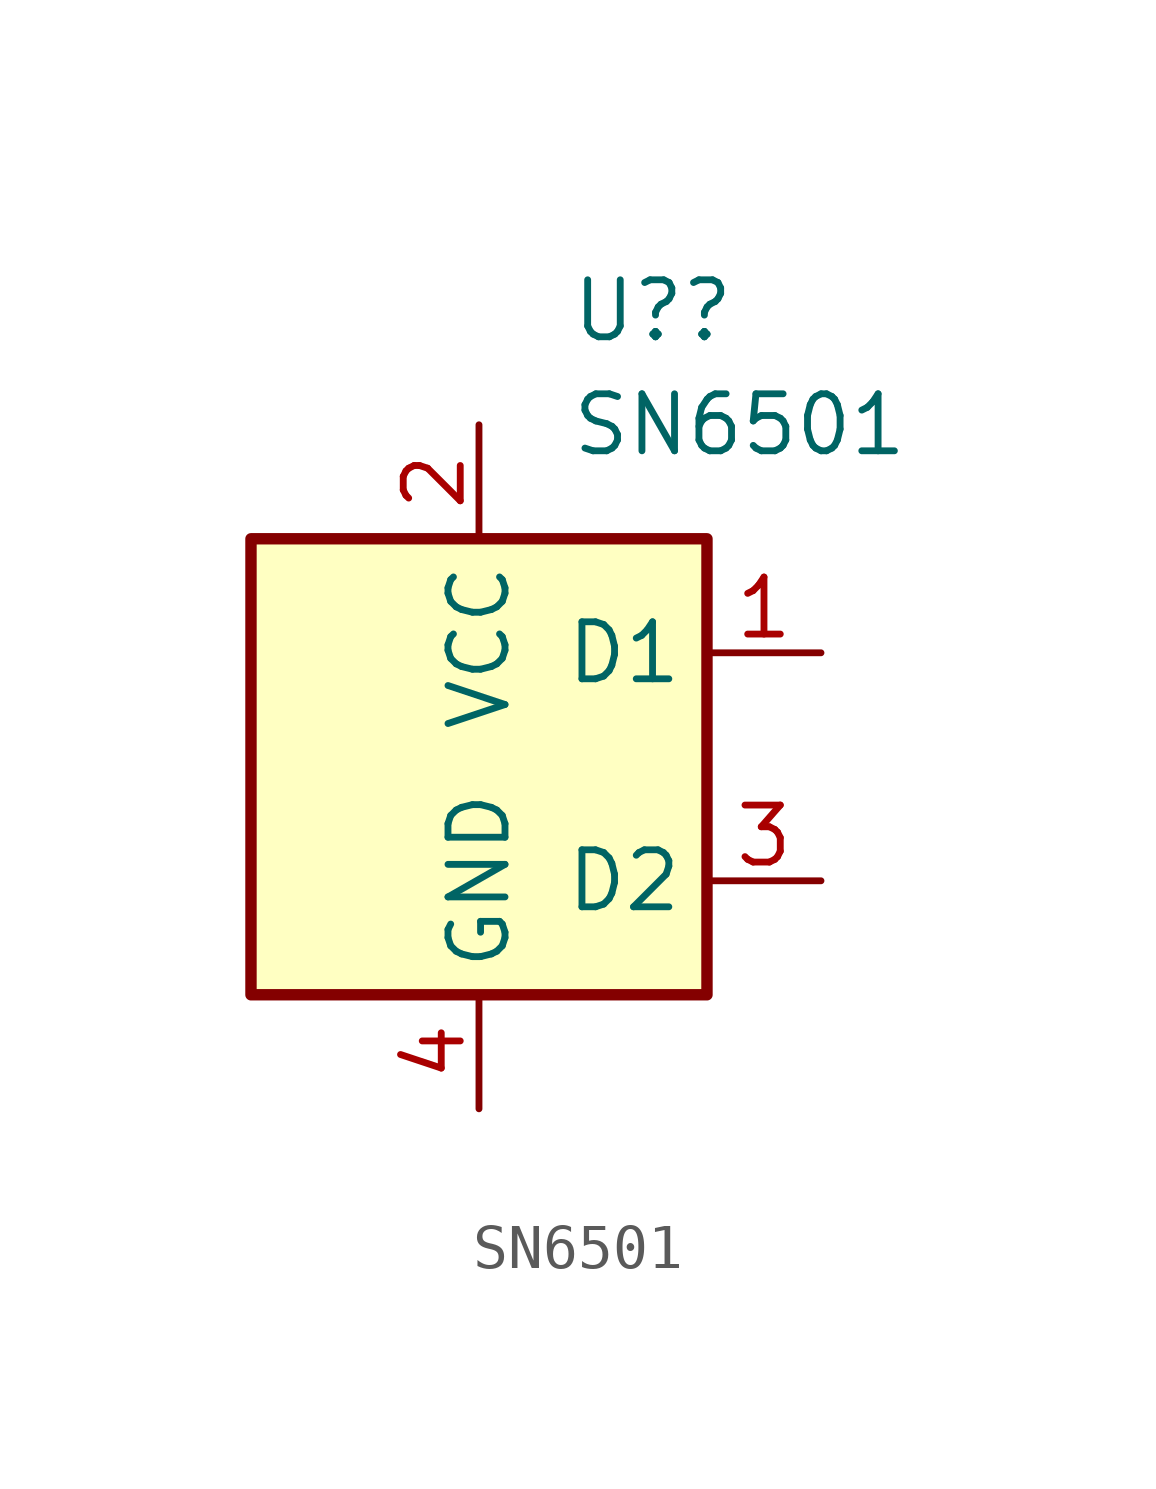
<source format=kicad_sym>
(kicad_symbol_lib
  (version 20211014)
  (generator kicad_symbol_editor)
  (symbol "SN6501"
    (property "Reference" "U?"
      (at 2.019 10.16 0)
      (effects (font (size 1.27 1.27)) (justify left)))
    (property "Value" "SN6501"
      (at 2.019 7.62 0)
      (effects (font (size 1.27 1.27)) (justify left)))
    (symbol "SN6501_0_1"
      (rectangle (start -5.08 5.08) (end 5.08 -5.08) (stroke (width 0.254) (type default) (color 0 0 0 0)) (fill (type background))))
    (symbol "SN6501_1_1"
      (pin open_collector line (at 7.62 2.54 180) (length 2.54) (name "D1" (effects (font (size 1.27 1.27)))) (number "1" (effects (font (size 1.27 1.27)))))
      (pin power_in line (at 0 7.62 270) (length 2.54) (name "VCC" (effects (font (size 1.27 1.27)))) (number "2" (effects (font (size 1.27 1.27)))))
      (pin open_collector line (at 7.62 -2.54 180) (length 2.54) (name "D2" (effects (font (size 1.27 1.27)))) (number "3" (effects (font (size 1.27 1.27)))))
      (pin power_in line (at 0 -7.62 90) (length 2.54) (name "GND" (effects (font (size 1.27 1.27)))) (number "4" (effects (font (size 1.27 1.27)))))
      (pin power_in line (at 0 -7.62 90) (length 2.54) hide (name "GND" (effects (font (size 1.27 1.27)))) (number "5" (effects (font (size 1.27 1.27))))))))
</source>
